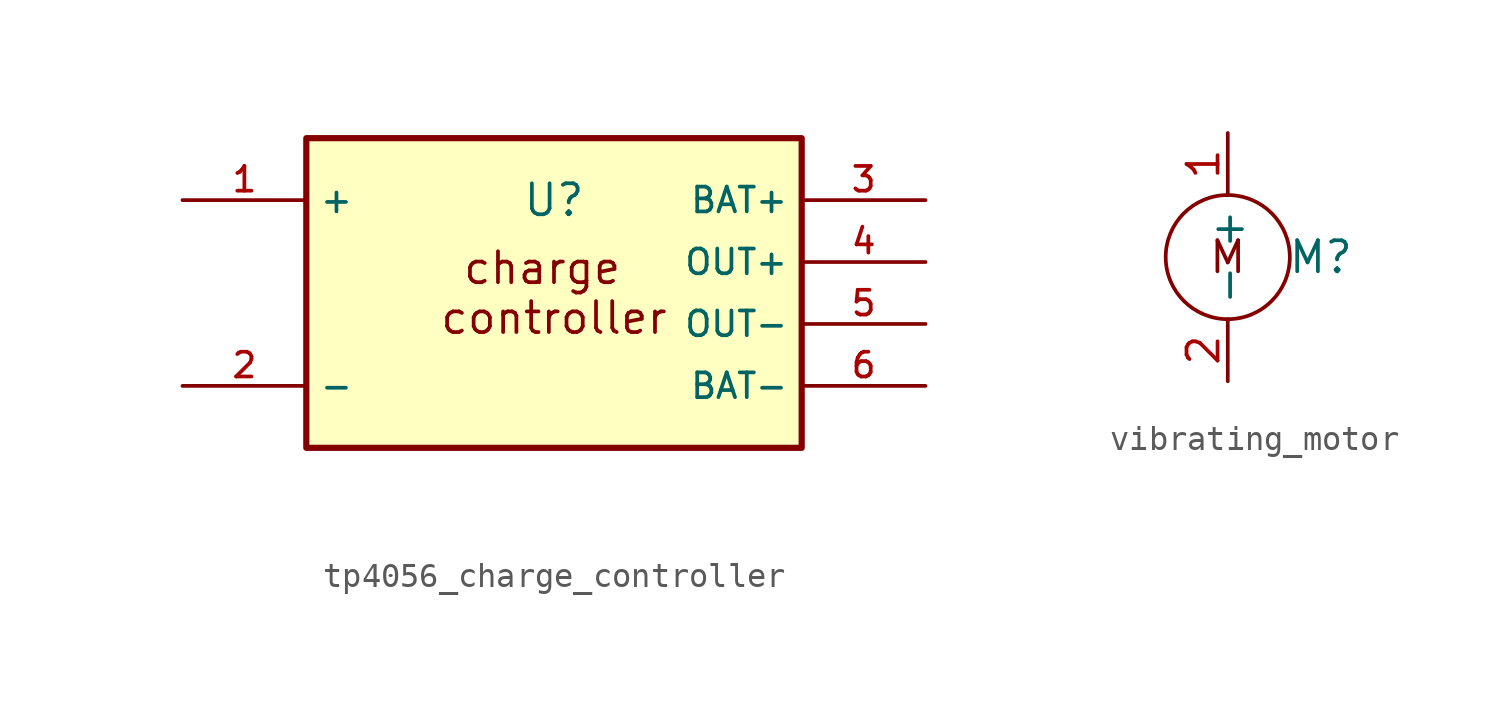
<source format=kicad_sym>
(kicad_symbol_lib
  (version 20220914)
  (generator kicad_symbol_editor)
  (symbol "tp4056_charge_controller"
    (property "Reference" "U"
      (at 1.27 7.62 0)
      (effects (font (size 1.27 1.27))))
    (property "Value" ""
      (at 1.27 -5.08 0)
      (effects (font (size 1.27 1.27))))
    (symbol "tp4056_charge_controller_0_0"
      (rectangle (start -8.89 10.16) (end 11.43 -2.54) (stroke (width 0.254) (type default)) (fill (type background))))
    (symbol "tp4056_charge_controller_1_0"
      (pin power_in line (at -13.97 7.62 0) (length 5.08) (name "+" (effects (font (size 1.016 1.016)))) (number "1" (effects (font (size 1.016 1.016)))))
      (pin power_in line (at -13.97 0 0) (length 5.08) (name "-" (effects (font (size 1.016 1.016)))) (number "2" (effects (font (size 1.016 1.016)))))
      (pin power_out line (at 16.51 7.62 180) (length 5.08) (name "BAT+" (effects (font (size 1.016 1.016)))) (number "3" (effects (font (size 1.016 1.016)))))
      (pin power_out line (at 16.51 5.08 180) (length 5.08) (name "OUT+" (effects (font (size 1.016 1.016)))) (number "4" (effects (font (size 1.016 1.016)))))
      (pin power_out line (at 16.51 2.54 180) (length 5.08) (name "OUT-" (effects (font (size 1.016 1.016)))) (number "5" (effects (font (size 1.016 1.016)))))
      (pin power_out line (at 16.51 0 180) (length 5.08) (name "BAT-" (effects (font (size 1.016 1.016)))) (number "6" (effects (font (size 1.016 1.016))))))
    (symbol "tp4056_charge_controller_1_1"
      (text "charge \ncontroller\n" (at 1.27 3.81 0) (effects (font (size 1.27 1.27))))))
  (symbol "vibrating_motor"
    (property "Reference" "M"
      (at 3.81 0 0)
      (effects (font (size 1.27 1.27))))
    (property "Value" ""
      (at 0 0 0)
      (effects (font (size 1.27 1.27))))
    (symbol "vibrating_motor_0_1"
      (circle (center 0 0) (radius 2.54) (stroke (width 0) (type default)) (fill (type none))))
    (symbol "vibrating_motor_1_0"
      (text "M" (at 0 0 0) (effects (font (size 1.27 1.27)))))
    (symbol "vibrating_motor_1_1"
      (pin power_in line (at 0 5.08 270) (length 2.54) (name "+" (effects (font (size 1.27 1.27)))) (number "1" (effects (font (size 1.27 1.27)))))
      (pin power_in line (at 0 -5.08 90) (length 2.54) (name "-" (effects (font (size 1.27 1.27)))) (number "2" (effects (font (size 1.27 1.27))))))))
</source>
